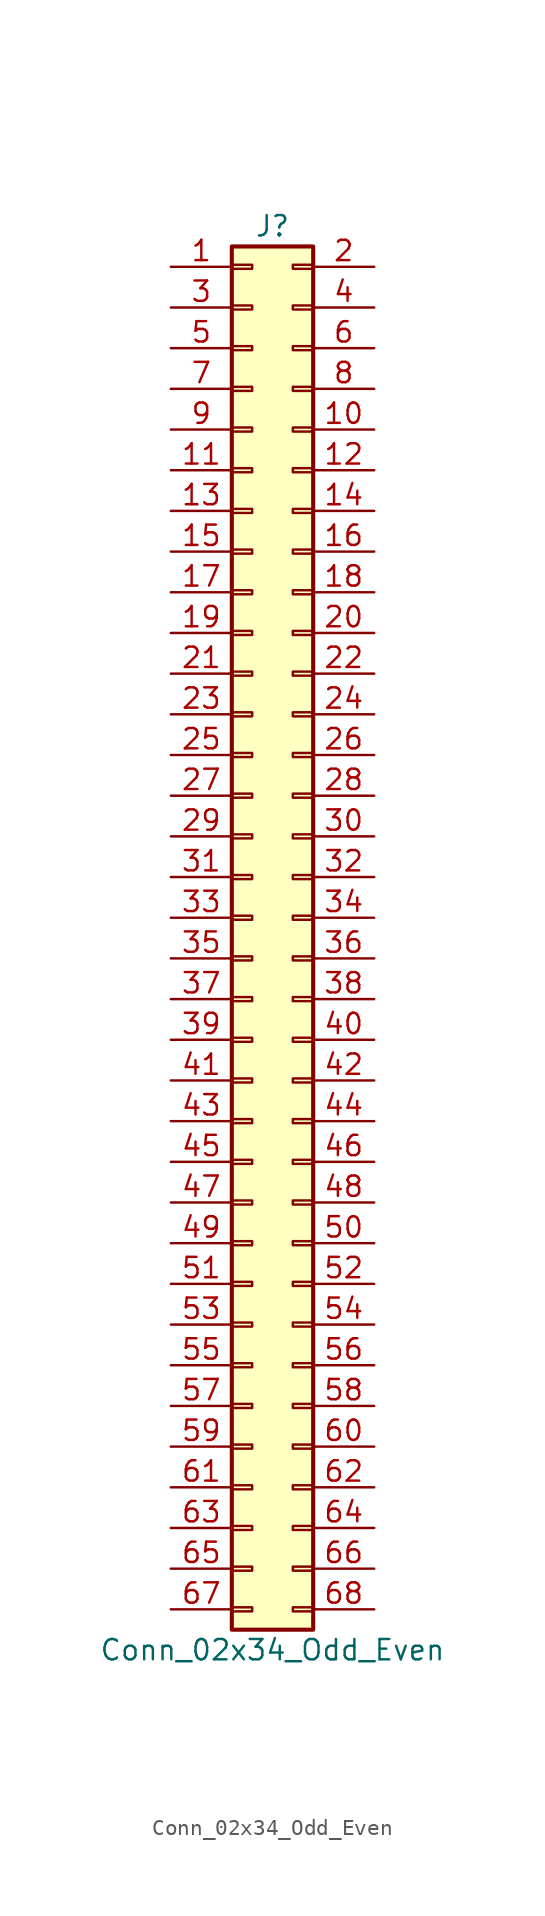
<source format=kicad_sym>
(kicad_symbol_lib
  (version 20220914)
  (generator kicad_symbol_editor)
  (symbol "Conn_02x34_Odd_Even"
    (pin_names
      (offset 1.016) hide)
    (property "Reference" "J"
      (at 1.27 43.18 0)
      (effects (font (size 1.27 1.27))))
    (property "Value" "Conn_02x34_Odd_Even"
      (at 1.27 -45.72 0)
      (effects (font (size 1.27 1.27))))
    (symbol "Conn_02x34_Odd_Even_1_1"
      (rectangle (start -1.27 -43.053) (end 0 -43.307) (stroke (width 0.152) (type solid)) (fill (type none)))
      (rectangle (start -1.27 -40.513) (end 0 -40.767) (stroke (width 0.152) (type solid)) (fill (type none)))
      (rectangle (start -1.27 -37.973) (end 0 -38.227) (stroke (width 0.152) (type solid)) (fill (type none)))
      (rectangle (start -1.27 -35.433) (end 0 -35.687) (stroke (width 0.152) (type solid)) (fill (type none)))
      (rectangle (start -1.27 -32.893) (end 0 -33.147) (stroke (width 0.152) (type solid)) (fill (type none)))
      (rectangle (start -1.27 -30.353) (end 0 -30.607) (stroke (width 0.152) (type solid)) (fill (type none)))
      (rectangle (start -1.27 -27.813) (end 0 -28.067) (stroke (width 0.152) (type solid)) (fill (type none)))
      (rectangle (start -1.27 -25.273) (end 0 -25.527) (stroke (width 0.152) (type solid)) (fill (type none)))
      (rectangle (start -1.27 -22.733) (end 0 -22.987) (stroke (width 0.152) (type solid)) (fill (type none)))
      (rectangle (start -1.27 -20.193) (end 0 -20.447) (stroke (width 0.152) (type solid)) (fill (type none)))
      (rectangle (start -1.27 -17.653) (end 0 -17.907) (stroke (width 0.152) (type solid)) (fill (type none)))
      (rectangle (start -1.27 -15.113) (end 0 -15.367) (stroke (width 0.152) (type solid)) (fill (type none)))
      (rectangle (start -1.27 -12.573) (end 0 -12.827) (stroke (width 0.152) (type solid)) (fill (type none)))
      (rectangle (start -1.27 -10.033) (end 0 -10.287) (stroke (width 0.152) (type solid)) (fill (type none)))
      (rectangle (start -1.27 -7.493) (end 0 -7.747) (stroke (width 0.152) (type solid)) (fill (type none)))
      (rectangle (start -1.27 -4.953) (end 0 -5.207) (stroke (width 0.152) (type solid)) (fill (type none)))
      (rectangle (start -1.27 -2.413) (end 0 -2.667) (stroke (width 0.152) (type solid)) (fill (type none)))
      (rectangle (start -1.27 0.127) (end 0 -0.127) (stroke (width 0.152) (type solid)) (fill (type none)))
      (rectangle (start -1.27 2.667) (end 0 2.413) (stroke (width 0.152) (type solid)) (fill (type none)))
      (rectangle (start -1.27 5.207) (end 0 4.953) (stroke (width 0.152) (type solid)) (fill (type none)))
      (rectangle (start -1.27 7.747) (end 0 7.493) (stroke (width 0.152) (type solid)) (fill (type none)))
      (rectangle (start -1.27 10.287) (end 0 10.033) (stroke (width 0.152) (type solid)) (fill (type none)))
      (rectangle (start -1.27 12.827) (end 0 12.573) (stroke (width 0.152) (type solid)) (fill (type none)))
      (rectangle (start -1.27 15.367) (end 0 15.113) (stroke (width 0.152) (type solid)) (fill (type none)))
      (rectangle (start -1.27 17.907) (end 0 17.653) (stroke (width 0.152) (type solid)) (fill (type none)))
      (rectangle (start -1.27 20.447) (end 0 20.193) (stroke (width 0.152) (type solid)) (fill (type none)))
      (rectangle (start -1.27 22.987) (end 0 22.733) (stroke (width 0.152) (type solid)) (fill (type none)))
      (rectangle (start -1.27 25.527) (end 0 25.273) (stroke (width 0.152) (type solid)) (fill (type none)))
      (rectangle (start -1.27 28.067) (end 0 27.813) (stroke (width 0.152) (type solid)) (fill (type none)))
      (rectangle (start -1.27 30.607) (end 0 30.353) (stroke (width 0.152) (type solid)) (fill (type none)))
      (rectangle (start -1.27 33.147) (end 0 32.893) (stroke (width 0.152) (type solid)) (fill (type none)))
      (rectangle (start -1.27 35.687) (end 0 35.433) (stroke (width 0.152) (type solid)) (fill (type none)))
      (rectangle (start -1.27 38.227) (end 0 37.973) (stroke (width 0.152) (type solid)) (fill (type none)))
      (rectangle (start -1.27 40.767) (end 0 40.513) (stroke (width 0.152) (type solid)) (fill (type none)))
      (rectangle (start -1.27 41.91) (end 3.81 -44.45) (stroke (width 0.254) (type solid)) (fill (type background)))
      (rectangle (start 3.81 -43.053) (end 2.54 -43.307) (stroke (width 0.152) (type solid)) (fill (type none)))
      (rectangle (start 3.81 -40.513) (end 2.54 -40.767) (stroke (width 0.152) (type solid)) (fill (type none)))
      (rectangle (start 3.81 -37.973) (end 2.54 -38.227) (stroke (width 0.152) (type solid)) (fill (type none)))
      (rectangle (start 3.81 -35.433) (end 2.54 -35.687) (stroke (width 0.152) (type solid)) (fill (type none)))
      (rectangle (start 3.81 -32.893) (end 2.54 -33.147) (stroke (width 0.152) (type solid)) (fill (type none)))
      (rectangle (start 3.81 -30.353) (end 2.54 -30.607) (stroke (width 0.152) (type solid)) (fill (type none)))
      (rectangle (start 3.81 -27.813) (end 2.54 -28.067) (stroke (width 0.152) (type solid)) (fill (type none)))
      (rectangle (start 3.81 -25.273) (end 2.54 -25.527) (stroke (width 0.152) (type solid)) (fill (type none)))
      (rectangle (start 3.81 -22.733) (end 2.54 -22.987) (stroke (width 0.152) (type solid)) (fill (type none)))
      (rectangle (start 3.81 -20.193) (end 2.54 -20.447) (stroke (width 0.152) (type solid)) (fill (type none)))
      (rectangle (start 3.81 -17.653) (end 2.54 -17.907) (stroke (width 0.152) (type solid)) (fill (type none)))
      (rectangle (start 3.81 -15.113) (end 2.54 -15.367) (stroke (width 0.152) (type solid)) (fill (type none)))
      (rectangle (start 3.81 -12.573) (end 2.54 -12.827) (stroke (width 0.152) (type solid)) (fill (type none)))
      (rectangle (start 3.81 -10.033) (end 2.54 -10.287) (stroke (width 0.152) (type solid)) (fill (type none)))
      (rectangle (start 3.81 -7.493) (end 2.54 -7.747) (stroke (width 0.152) (type solid)) (fill (type none)))
      (rectangle (start 3.81 -4.953) (end 2.54 -5.207) (stroke (width 0.152) (type solid)) (fill (type none)))
      (rectangle (start 3.81 -2.413) (end 2.54 -2.667) (stroke (width 0.152) (type solid)) (fill (type none)))
      (rectangle (start 3.81 0.127) (end 2.54 -0.127) (stroke (width 0.152) (type solid)) (fill (type none)))
      (rectangle (start 3.81 2.667) (end 2.54 2.413) (stroke (width 0.152) (type solid)) (fill (type none)))
      (rectangle (start 3.81 5.207) (end 2.54 4.953) (stroke (width 0.152) (type solid)) (fill (type none)))
      (rectangle (start 3.81 7.747) (end 2.54 7.493) (stroke (width 0.152) (type solid)) (fill (type none)))
      (rectangle (start 3.81 10.287) (end 2.54 10.033) (stroke (width 0.152) (type solid)) (fill (type none)))
      (rectangle (start 3.81 12.827) (end 2.54 12.573) (stroke (width 0.152) (type solid)) (fill (type none)))
      (rectangle (start 3.81 15.367) (end 2.54 15.113) (stroke (width 0.152) (type solid)) (fill (type none)))
      (rectangle (start 3.81 17.907) (end 2.54 17.653) (stroke (width 0.152) (type solid)) (fill (type none)))
      (rectangle (start 3.81 20.447) (end 2.54 20.193) (stroke (width 0.152) (type solid)) (fill (type none)))
      (rectangle (start 3.81 22.987) (end 2.54 22.733) (stroke (width 0.152) (type solid)) (fill (type none)))
      (rectangle (start 3.81 25.527) (end 2.54 25.273) (stroke (width 0.152) (type solid)) (fill (type none)))
      (rectangle (start 3.81 28.067) (end 2.54 27.813) (stroke (width 0.152) (type solid)) (fill (type none)))
      (rectangle (start 3.81 30.607) (end 2.54 30.353) (stroke (width 0.152) (type solid)) (fill (type none)))
      (rectangle (start 3.81 33.147) (end 2.54 32.893) (stroke (width 0.152) (type solid)) (fill (type none)))
      (rectangle (start 3.81 35.687) (end 2.54 35.433) (stroke (width 0.152) (type solid)) (fill (type none)))
      (rectangle (start 3.81 38.227) (end 2.54 37.973) (stroke (width 0.152) (type solid)) (fill (type none)))
      (rectangle (start 3.81 40.767) (end 2.54 40.513) (stroke (width 0.152) (type solid)) (fill (type none)))
      (pin passive line (at -5.08 40.64 0) (length 3.81) (name "Pin_1" (effects (font (size 1.27 1.27)))) (number "1" (effects (font (size 1.27 1.27)))))
      (pin passive line (at 7.62 30.48 180) (length 3.81) (name "Pin_10" (effects (font (size 1.27 1.27)))) (number "10" (effects (font (size 1.27 1.27)))))
      (pin passive line (at -5.08 27.94 0) (length 3.81) (name "Pin_11" (effects (font (size 1.27 1.27)))) (number "11" (effects (font (size 1.27 1.27)))))
      (pin passive line (at 7.62 27.94 180) (length 3.81) (name "Pin_12" (effects (font (size 1.27 1.27)))) (number "12" (effects (font (size 1.27 1.27)))))
      (pin passive line (at -5.08 25.4 0) (length 3.81) (name "Pin_13" (effects (font (size 1.27 1.27)))) (number "13" (effects (font (size 1.27 1.27)))))
      (pin passive line (at 7.62 25.4 180) (length 3.81) (name "Pin_14" (effects (font (size 1.27 1.27)))) (number "14" (effects (font (size 1.27 1.27)))))
      (pin passive line (at -5.08 22.86 0) (length 3.81) (name "Pin_15" (effects (font (size 1.27 1.27)))) (number "15" (effects (font (size 1.27 1.27)))))
      (pin passive line (at 7.62 22.86 180) (length 3.81) (name "Pin_16" (effects (font (size 1.27 1.27)))) (number "16" (effects (font (size 1.27 1.27)))))
      (pin passive line (at -5.08 20.32 0) (length 3.81) (name "Pin_17" (effects (font (size 1.27 1.27)))) (number "17" (effects (font (size 1.27 1.27)))))
      (pin passive line (at 7.62 20.32 180) (length 3.81) (name "Pin_18" (effects (font (size 1.27 1.27)))) (number "18" (effects (font (size 1.27 1.27)))))
      (pin passive line (at -5.08 17.78 0) (length 3.81) (name "Pin_19" (effects (font (size 1.27 1.27)))) (number "19" (effects (font (size 1.27 1.27)))))
      (pin passive line (at 7.62 40.64 180) (length 3.81) (name "Pin_2" (effects (font (size 1.27 1.27)))) (number "2" (effects (font (size 1.27 1.27)))))
      (pin passive line (at 7.62 17.78 180) (length 3.81) (name "Pin_20" (effects (font (size 1.27 1.27)))) (number "20" (effects (font (size 1.27 1.27)))))
      (pin passive line (at -5.08 15.24 0) (length 3.81) (name "Pin_21" (effects (font (size 1.27 1.27)))) (number "21" (effects (font (size 1.27 1.27)))))
      (pin passive line (at 7.62 15.24 180) (length 3.81) (name "Pin_22" (effects (font (size 1.27 1.27)))) (number "22" (effects (font (size 1.27 1.27)))))
      (pin passive line (at -5.08 12.7 0) (length 3.81) (name "Pin_23" (effects (font (size 1.27 1.27)))) (number "23" (effects (font (size 1.27 1.27)))))
      (pin passive line (at 7.62 12.7 180) (length 3.81) (name "Pin_24" (effects (font (size 1.27 1.27)))) (number "24" (effects (font (size 1.27 1.27)))))
      (pin passive line (at -5.08 10.16 0) (length 3.81) (name "Pin_25" (effects (font (size 1.27 1.27)))) (number "25" (effects (font (size 1.27 1.27)))))
      (pin passive line (at 7.62 10.16 180) (length 3.81) (name "Pin_26" (effects (font (size 1.27 1.27)))) (number "26" (effects (font (size 1.27 1.27)))))
      (pin passive line (at -5.08 7.62 0) (length 3.81) (name "Pin_27" (effects (font (size 1.27 1.27)))) (number "27" (effects (font (size 1.27 1.27)))))
      (pin passive line (at 7.62 7.62 180) (length 3.81) (name "Pin_28" (effects (font (size 1.27 1.27)))) (number "28" (effects (font (size 1.27 1.27)))))
      (pin passive line (at -5.08 5.08 0) (length 3.81) (name "Pin_29" (effects (font (size 1.27 1.27)))) (number "29" (effects (font (size 1.27 1.27)))))
      (pin passive line (at -5.08 38.1 0) (length 3.81) (name "Pin_3" (effects (font (size 1.27 1.27)))) (number "3" (effects (font (size 1.27 1.27)))))
      (pin passive line (at 7.62 5.08 180) (length 3.81) (name "Pin_30" (effects (font (size 1.27 1.27)))) (number "30" (effects (font (size 1.27 1.27)))))
      (pin passive line (at -5.08 2.54 0) (length 3.81) (name "Pin_31" (effects (font (size 1.27 1.27)))) (number "31" (effects (font (size 1.27 1.27)))))
      (pin passive line (at 7.62 2.54 180) (length 3.81) (name "Pin_32" (effects (font (size 1.27 1.27)))) (number "32" (effects (font (size 1.27 1.27)))))
      (pin passive line (at -5.08 0 0) (length 3.81) (name "Pin_33" (effects (font (size 1.27 1.27)))) (number "33" (effects (font (size 1.27 1.27)))))
      (pin passive line (at 7.62 0 180) (length 3.81) (name "Pin_34" (effects (font (size 1.27 1.27)))) (number "34" (effects (font (size 1.27 1.27)))))
      (pin passive line (at -5.08 -2.54 0) (length 3.81) (name "Pin_35" (effects (font (size 1.27 1.27)))) (number "35" (effects (font (size 1.27 1.27)))))
      (pin passive line (at 7.62 -2.54 180) (length 3.81) (name "Pin_36" (effects (font (size 1.27 1.27)))) (number "36" (effects (font (size 1.27 1.27)))))
      (pin passive line (at -5.08 -5.08 0) (length 3.81) (name "Pin_37" (effects (font (size 1.27 1.27)))) (number "37" (effects (font (size 1.27 1.27)))))
      (pin passive line (at 7.62 -5.08 180) (length 3.81) (name "Pin_38" (effects (font (size 1.27 1.27)))) (number "38" (effects (font (size 1.27 1.27)))))
      (pin passive line (at -5.08 -7.62 0) (length 3.81) (name "Pin_39" (effects (font (size 1.27 1.27)))) (number "39" (effects (font (size 1.27 1.27)))))
      (pin passive line (at 7.62 38.1 180) (length 3.81) (name "Pin_4" (effects (font (size 1.27 1.27)))) (number "4" (effects (font (size 1.27 1.27)))))
      (pin passive line (at 7.62 -7.62 180) (length 3.81) (name "Pin_40" (effects (font (size 1.27 1.27)))) (number "40" (effects (font (size 1.27 1.27)))))
      (pin passive line (at -5.08 -10.16 0) (length 3.81) (name "Pin_41" (effects (font (size 1.27 1.27)))) (number "41" (effects (font (size 1.27 1.27)))))
      (pin passive line (at 7.62 -10.16 180) (length 3.81) (name "Pin_42" (effects (font (size 1.27 1.27)))) (number "42" (effects (font (size 1.27 1.27)))))
      (pin passive line (at -5.08 -12.7 0) (length 3.81) (name "Pin_43" (effects (font (size 1.27 1.27)))) (number "43" (effects (font (size 1.27 1.27)))))
      (pin passive line (at 7.62 -12.7 180) (length 3.81) (name "Pin_44" (effects (font (size 1.27 1.27)))) (number "44" (effects (font (size 1.27 1.27)))))
      (pin passive line (at -5.08 -15.24 0) (length 3.81) (name "Pin_45" (effects (font (size 1.27 1.27)))) (number "45" (effects (font (size 1.27 1.27)))))
      (pin passive line (at 7.62 -15.24 180) (length 3.81) (name "Pin_46" (effects (font (size 1.27 1.27)))) (number "46" (effects (font (size 1.27 1.27)))))
      (pin passive line (at -5.08 -17.78 0) (length 3.81) (name "Pin_47" (effects (font (size 1.27 1.27)))) (number "47" (effects (font (size 1.27 1.27)))))
      (pin passive line (at 7.62 -17.78 180) (length 3.81) (name "Pin_48" (effects (font (size 1.27 1.27)))) (number "48" (effects (font (size 1.27 1.27)))))
      (pin passive line (at -5.08 -20.32 0) (length 3.81) (name "Pin_49" (effects (font (size 1.27 1.27)))) (number "49" (effects (font (size 1.27 1.27)))))
      (pin passive line (at -5.08 35.56 0) (length 3.81) (name "Pin_5" (effects (font (size 1.27 1.27)))) (number "5" (effects (font (size 1.27 1.27)))))
      (pin passive line (at 7.62 -20.32 180) (length 3.81) (name "Pin_50" (effects (font (size 1.27 1.27)))) (number "50" (effects (font (size 1.27 1.27)))))
      (pin passive line (at -5.08 -22.86 0) (length 3.81) (name "Pin_51" (effects (font (size 1.27 1.27)))) (number "51" (effects (font (size 1.27 1.27)))))
      (pin passive line (at 7.62 -22.86 180) (length 3.81) (name "Pin_52" (effects (font (size 1.27 1.27)))) (number "52" (effects (font (size 1.27 1.27)))))
      (pin passive line (at -5.08 -25.4 0) (length 3.81) (name "Pin_53" (effects (font (size 1.27 1.27)))) (number "53" (effects (font (size 1.27 1.27)))))
      (pin passive line (at 7.62 -25.4 180) (length 3.81) (name "Pin_54" (effects (font (size 1.27 1.27)))) (number "54" (effects (font (size 1.27 1.27)))))
      (pin passive line (at -5.08 -27.94 0) (length 3.81) (name "Pin_55" (effects (font (size 1.27 1.27)))) (number "55" (effects (font (size 1.27 1.27)))))
      (pin passive line (at 7.62 -27.94 180) (length 3.81) (name "Pin_56" (effects (font (size 1.27 1.27)))) (number "56" (effects (font (size 1.27 1.27)))))
      (pin passive line (at -5.08 -30.48 0) (length 3.81) (name "Pin_57" (effects (font (size 1.27 1.27)))) (number "57" (effects (font (size 1.27 1.27)))))
      (pin passive line (at 7.62 -30.48 180) (length 3.81) (name "Pin_58" (effects (font (size 1.27 1.27)))) (number "58" (effects (font (size 1.27 1.27)))))
      (pin passive line (at -5.08 -33.02 0) (length 3.81) (name "Pin_59" (effects (font (size 1.27 1.27)))) (number "59" (effects (font (size 1.27 1.27)))))
      (pin passive line (at 7.62 35.56 180) (length 3.81) (name "Pin_6" (effects (font (size 1.27 1.27)))) (number "6" (effects (font (size 1.27 1.27)))))
      (pin passive line (at 7.62 -33.02 180) (length 3.81) (name "Pin_60" (effects (font (size 1.27 1.27)))) (number "60" (effects (font (size 1.27 1.27)))))
      (pin passive line (at -5.08 -35.56 0) (length 3.81) (name "Pin_61" (effects (font (size 1.27 1.27)))) (number "61" (effects (font (size 1.27 1.27)))))
      (pin passive line (at 7.62 -35.56 180) (length 3.81) (name "Pin_62" (effects (font (size 1.27 1.27)))) (number "62" (effects (font (size 1.27 1.27)))))
      (pin passive line (at -5.08 -38.1 0) (length 3.81) (name "Pin_63" (effects (font (size 1.27 1.27)))) (number "63" (effects (font (size 1.27 1.27)))))
      (pin passive line (at 7.62 -38.1 180) (length 3.81) (name "Pin_64" (effects (font (size 1.27 1.27)))) (number "64" (effects (font (size 1.27 1.27)))))
      (pin passive line (at -5.08 -40.64 0) (length 3.81) (name "Pin_65" (effects (font (size 1.27 1.27)))) (number "65" (effects (font (size 1.27 1.27)))))
      (pin passive line (at 7.62 -40.64 180) (length 3.81) (name "Pin_66" (effects (font (size 1.27 1.27)))) (number "66" (effects (font (size 1.27 1.27)))))
      (pin passive line (at -5.08 -43.18 0) (length 3.81) (name "Pin_67" (effects (font (size 1.27 1.27)))) (number "67" (effects (font (size 1.27 1.27)))))
      (pin passive line (at 7.62 -43.18 180) (length 3.81) (name "Pin_68" (effects (font (size 1.27 1.27)))) (number "68" (effects (font (size 1.27 1.27)))))
      (pin passive line (at -5.08 33.02 0) (length 3.81) (name "Pin_7" (effects (font (size 1.27 1.27)))) (number "7" (effects (font (size 1.27 1.27)))))
      (pin passive line (at 7.62 33.02 180) (length 3.81) (name "Pin_8" (effects (font (size 1.27 1.27)))) (number "8" (effects (font (size 1.27 1.27)))))
      (pin passive line (at -5.08 30.48 0) (length 3.81) (name "Pin_9" (effects (font (size 1.27 1.27)))) (number "9" (effects (font (size 1.27 1.27))))))))
</source>
